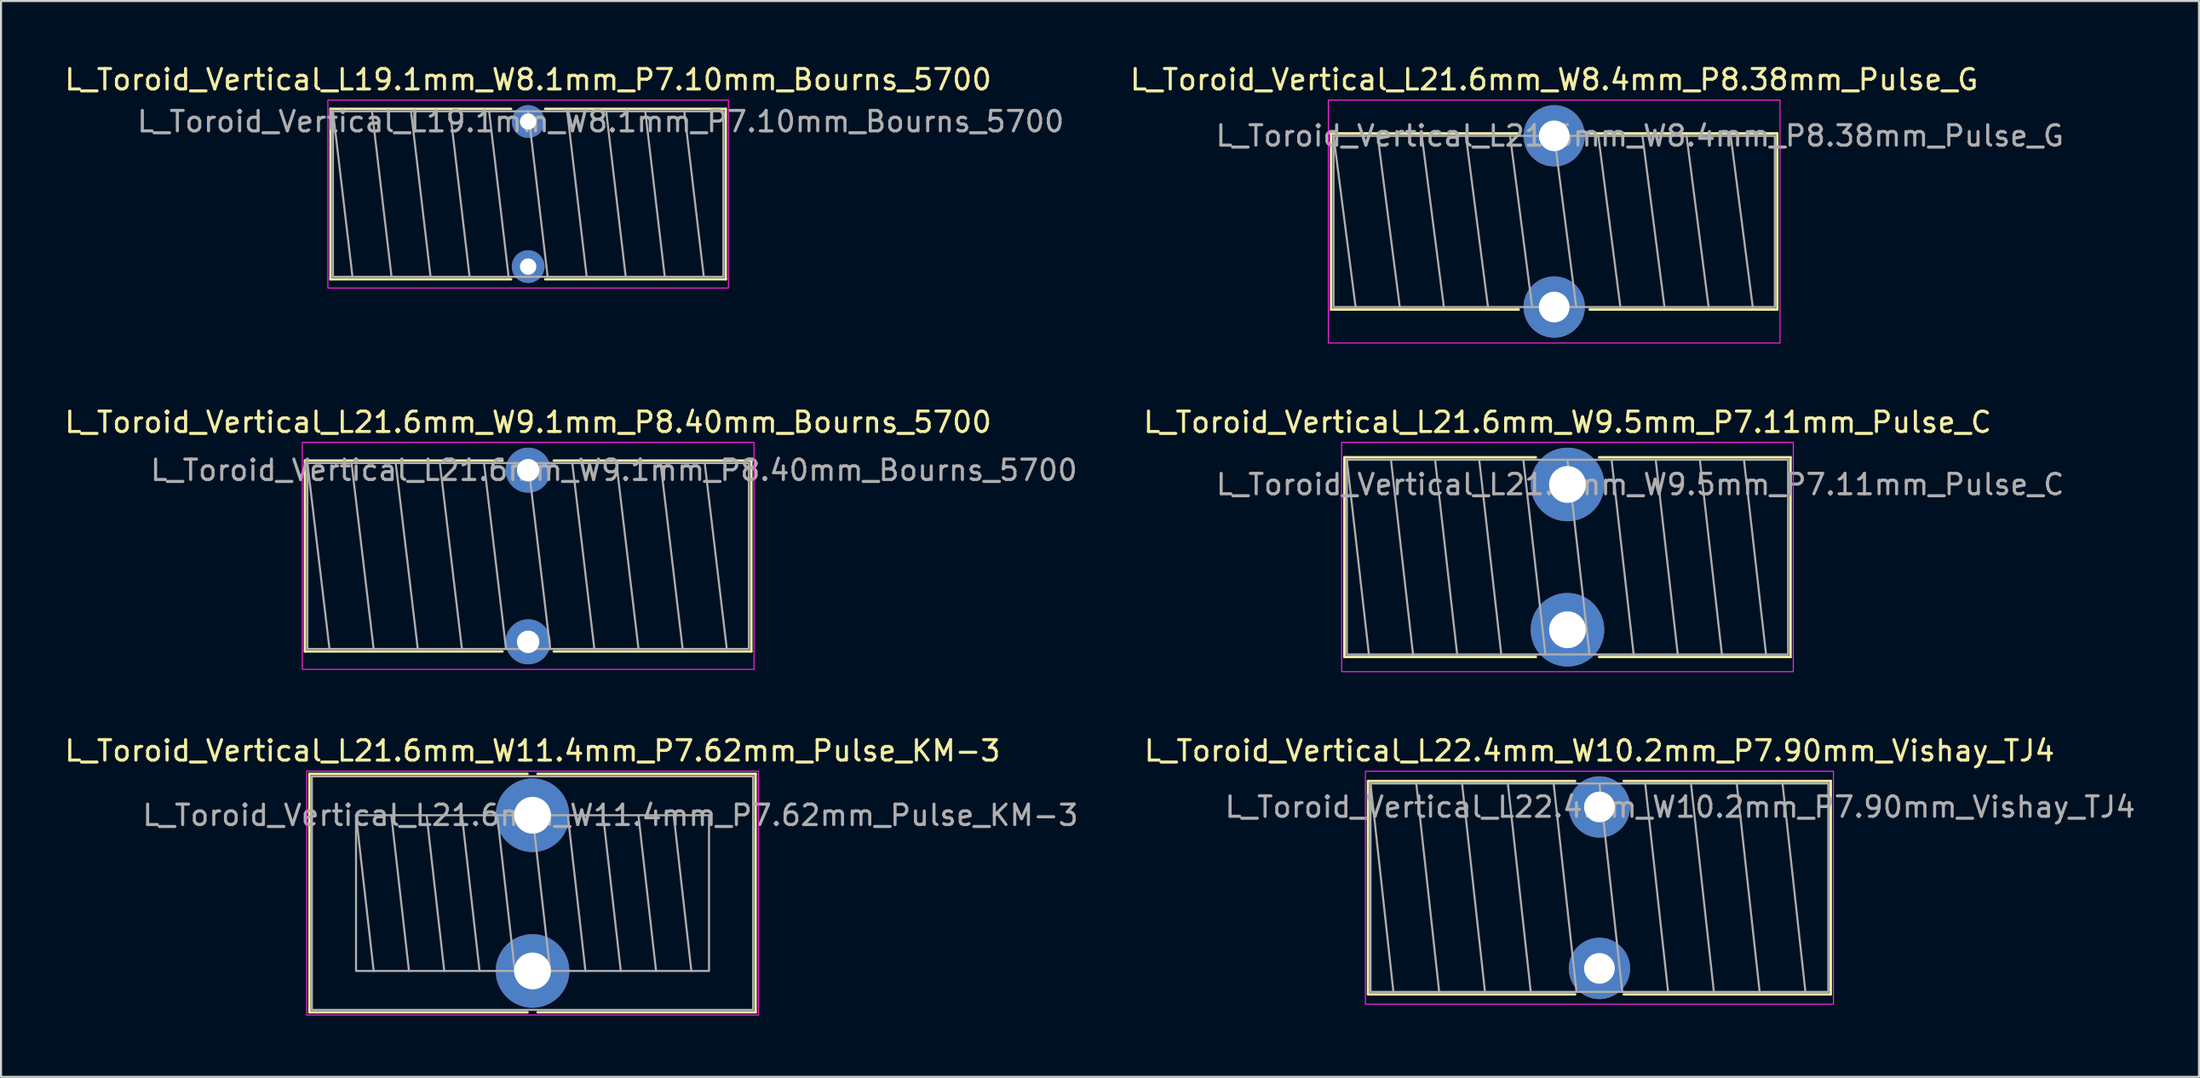
<source format=kicad_pcb>
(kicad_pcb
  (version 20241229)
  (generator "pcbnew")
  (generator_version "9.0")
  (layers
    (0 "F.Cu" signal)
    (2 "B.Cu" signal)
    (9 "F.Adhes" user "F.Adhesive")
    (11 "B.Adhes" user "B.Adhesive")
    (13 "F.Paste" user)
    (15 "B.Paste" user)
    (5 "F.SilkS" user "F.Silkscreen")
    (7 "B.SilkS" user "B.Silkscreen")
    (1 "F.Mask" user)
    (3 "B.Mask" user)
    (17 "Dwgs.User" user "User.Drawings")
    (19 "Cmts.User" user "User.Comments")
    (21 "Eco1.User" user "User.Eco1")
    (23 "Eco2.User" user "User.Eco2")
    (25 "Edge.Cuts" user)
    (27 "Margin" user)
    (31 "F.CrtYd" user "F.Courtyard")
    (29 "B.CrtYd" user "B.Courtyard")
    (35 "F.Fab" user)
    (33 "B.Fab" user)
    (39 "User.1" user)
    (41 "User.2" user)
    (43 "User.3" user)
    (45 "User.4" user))
  (footprint "L_Toroid_Vertical_L21.6mm_W11.4mm_P7.62mm_Pulse_KM-3"
    (layer "F.Cu")
    (at 23.006 36.85)
    (property "Reference" "L_Toroid_Vertical_L21.6mm_W11.4mm_P7.62mm_Pulse_KM-3" (at 0 -3.155 0) (layer "F.SilkS") (effects (font (size 1 1) (thickness 0.15))))
    (attr through_hole)
    (fp_line (start -10.915 -2.025) (end -10.915 9.645) (stroke (width 0.12) (type solid)) (layer "F.SilkS"))
    (fp_line (start -10.915 -2.025) (end -0.247 -2.025) (stroke (width 0.12) (type solid)) (layer "F.SilkS"))
    (fp_line (start -10.915 9.645) (end -0.247 9.645) (stroke (width 0.12) (type solid)) (layer "F.SilkS"))
    (fp_line (start 0.247 -2.025) (end 10.915 -2.025) (stroke (width 0.12) (type solid)) (layer "F.SilkS"))
    (fp_line (start 0.247 9.645) (end 10.915 9.645) (stroke (width 0.12) (type solid)) (layer "F.SilkS"))
    (fp_line (start 10.915 -2.025) (end 10.915 9.645) (stroke (width 0.12) (type solid)) (layer "F.SilkS"))
    (fp_rect (start -11.05 -2.16) (end 11.05 9.78) (stroke (width 0.05) (type solid)) (fill no) (layer "F.CrtYd"))
    (fp_line (start -8.636 0) (end -7.772 7.62) (stroke (width 0.1) (type solid)) (layer "F.Fab"))
    (fp_line (start -6.909 0) (end -6.045 7.62) (stroke (width 0.1) (type solid)) (layer "F.Fab"))
    (fp_line (start -5.182 0) (end -4.318 7.62) (stroke (width 0.1) (type solid)) (layer "F.Fab"))
    (fp_line (start -3.454 0) (end -2.591 7.62) (stroke (width 0.1) (type solid)) (layer "F.Fab"))
    (fp_line (start -1.727 0) (end -0.864 7.62) (stroke (width 0.1) (type solid)) (layer "F.Fab"))
    (fp_line (start 0 0) (end 0.864 7.62) (stroke (width 0.1) (type solid)) (layer "F.Fab"))
    (fp_line (start 1.727 0) (end 2.591 7.62) (stroke (width 0.1) (type solid)) (layer "F.Fab"))
    (fp_line (start 3.454 0) (end 4.318 7.62) (stroke (width 0.1) (type solid)) (layer "F.Fab"))
    (fp_line (start 5.182 0) (end 6.045 7.62) (stroke (width 0.1) (type solid)) (layer "F.Fab"))
    (fp_line (start 6.909 0) (end 7.772 7.62) (stroke (width 0.1) (type solid)) (layer "F.Fab"))
    (fp_rect (start -10.795 -1.905) (end 10.795 9.525) (stroke (width 0.1) (type solid)) (fill no) (layer "F.Fab"))
    (fp_rect (start -8.636 0) (end 8.636 7.62) (stroke (width 0.1) (type solid)) (fill no) (layer "F.Fab"))
    (fp_text user "${REFERENCE}" (at 3.81 0 0) (layer "F.Fab") (effects (font (size 1 1) (thickness 0.15))))
    (pad "1" thru_hole circle (at 0 0) (size 3.6 3.6) (drill 1.8) (layers "*.Cu" "*.Mask"))
    (pad "2" thru_hole circle (at 0 7.62) (size 3.6 3.6) (drill 1.8) (layers "*.Cu" "*.Mask")))
  (footprint "L_Toroid_Vertical_L21.6mm_W8.4mm_P8.38mm_Pulse_G"
    (layer "F.Cu")
    (at 72.996 3.598)
    (property "Reference" "L_Toroid_Vertical_L21.6mm_W8.4mm_P8.38mm_Pulse_G" (at 0 -2.75 0) (layer "F.SilkS") (effects (font (size 1 1) (thickness 0.15))))
    (attr through_hole)
    (fp_line (start -10.915 -0.12) (end -10.915 8.5) (stroke (width 0.12) (type solid)) (layer "F.SilkS"))
    (fp_line (start -10.915 -0.12) (end -1.736 -0.12) (stroke (width 0.12) (type solid)) (layer "F.SilkS"))
    (fp_line (start -10.915 8.5) (end -1.736 8.5) (stroke (width 0.12) (type solid)) (layer "F.SilkS"))
    (fp_line (start 1.736 -0.12) (end 10.915 -0.12) (stroke (width 0.12) (type solid)) (layer "F.SilkS"))
    (fp_line (start 1.736 8.5) (end 10.915 8.5) (stroke (width 0.12) (type solid)) (layer "F.SilkS"))
    (fp_line (start 10.915 -0.12) (end 10.915 8.5) (stroke (width 0.12) (type solid)) (layer "F.SilkS"))
    (fp_rect (start -11.05 -1.75) (end 11.05 10.14) (stroke (width 0.05) (type solid)) (fill no) (layer "F.CrtYd"))
    (fp_line (start -10.795 0) (end -9.716 8.38) (stroke (width 0.1) (type solid)) (layer "F.Fab"))
    (fp_line (start -8.636 0) (end -7.556 8.38) (stroke (width 0.1) (type solid)) (layer "F.Fab"))
    (fp_line (start -6.477 0) (end -5.397 8.38) (stroke (width 0.1) (type solid)) (layer "F.Fab"))
    (fp_line (start -4.318 0) (end -3.239 8.38) (stroke (width 0.1) (type solid)) (layer "F.Fab"))
    (fp_line (start -2.159 0) (end -1.079 8.38) (stroke (width 0.1) (type solid)) (layer "F.Fab"))
    (fp_line (start 0 0) (end 1.079 8.38) (stroke (width 0.1) (type solid)) (layer "F.Fab"))
    (fp_line (start 2.159 0) (end 3.239 8.38) (stroke (width 0.1) (type solid)) (layer "F.Fab"))
    (fp_line (start 4.318 0) (end 5.397 8.38) (stroke (width 0.1) (type solid)) (layer "F.Fab"))
    (fp_line (start 6.477 0) (end 7.556 8.38) (stroke (width 0.1) (type solid)) (layer "F.Fab"))
    (fp_line (start 8.636 0) (end 9.716 8.38) (stroke (width 0.1) (type solid)) (layer "F.Fab"))
    (fp_rect (start -10.795 0) (end 10.795 8.38) (stroke (width 0.1) (type solid)) (fill no) (layer "F.Fab"))
    (fp_text user "${REFERENCE}" (at 4.19 0 0) (layer "F.Fab") (effects (font (size 1 1) (thickness 0.15))))
    (pad "1" thru_hole circle (at 0 0) (size 3 3) (drill 1.5) (layers "*.Cu" "*.Mask"))
    (pad "2" thru_hole circle (at 0 8.38) (size 3 3) (drill 1.5) (layers "*.Cu" "*.Mask")))
  (footprint "L_Toroid_Vertical_L21.6mm_W9.1mm_P8.40mm_Bourns_5700"
    (layer "F.Cu")
    (at 22.792 19.962)
    (property "Reference" "L_Toroid_Vertical_L21.6mm_W9.1mm_P8.40mm_Bourns_5700" (at 0 -2.35 0) (layer "F.SilkS") (effects (font (size 1 1) (thickness 0.15))))
    (attr through_hole)
    (fp_line (start -10.92 -0.47) (end -10.92 8.87) (stroke (width 0.12) (type solid)) (layer "F.SilkS"))
    (fp_line (start -10.92 -0.47) (end -1.255 -0.47) (stroke (width 0.12) (type solid)) (layer "F.SilkS"))
    (fp_line (start -10.92 8.87) (end -1.255 8.87) (stroke (width 0.12) (type solid)) (layer "F.SilkS"))
    (fp_line (start 1.255 -0.47) (end 10.92 -0.47) (stroke (width 0.12) (type solid)) (layer "F.SilkS"))
    (fp_line (start 1.255 8.87) (end 10.92 8.87) (stroke (width 0.12) (type solid)) (layer "F.SilkS"))
    (fp_line (start 10.92 -0.47) (end 10.92 8.87) (stroke (width 0.12) (type solid)) (layer "F.SilkS"))
    (fp_rect (start -11.05 -1.36) (end 11.05 9.75) (stroke (width 0.05) (type solid)) (fill no) (layer "F.CrtYd"))
    (fp_line (start -10.8 -0.35) (end -9.72 8.75) (stroke (width 0.1) (type solid)) (layer "F.Fab"))
    (fp_line (start -8.64 -0.35) (end -7.56 8.75) (stroke (width 0.1) (type solid)) (layer "F.Fab"))
    (fp_line (start -6.48 -0.35) (end -5.4 8.75) (stroke (width 0.1) (type solid)) (layer "F.Fab"))
    (fp_line (start -4.32 -0.35) (end -3.24 8.75) (stroke (width 0.1) (type solid)) (layer "F.Fab"))
    (fp_line (start -2.16 -0.35) (end -1.08 8.75) (stroke (width 0.1) (type solid)) (layer "F.Fab"))
    (fp_line (start 0 -0.35) (end 1.08 8.75) (stroke (width 0.1) (type solid)) (layer "F.Fab"))
    (fp_line (start 2.16 -0.35) (end 3.24 8.75) (stroke (width 0.1) (type solid)) (layer "F.Fab"))
    (fp_line (start 4.32 -0.35) (end 5.4 8.75) (stroke (width 0.1) (type solid)) (layer "F.Fab"))
    (fp_line (start 6.48 -0.35) (end 7.56 8.75) (stroke (width 0.1) (type solid)) (layer "F.Fab"))
    (fp_line (start 8.64 -0.35) (end 9.72 8.75) (stroke (width 0.1) (type solid)) (layer "F.Fab"))
    (fp_rect (start -10.8 -0.35) (end 10.8 8.75) (stroke (width 0.1) (type solid)) (fill no) (layer "F.Fab"))
    (fp_text user "${REFERENCE}" (at 4.2 0 0) (layer "F.Fab") (effects (font (size 1 1) (thickness 0.15))))
    (pad "1" thru_hole circle (at 0 0) (size 2.2 2.2) (drill 1.1) (layers "*.Cu" "*.Mask"))
    (pad "2" thru_hole circle (at 0 8.4) (size 2.2 2.2) (drill 1.1) (layers "*.Cu" "*.Mask")))
  (footprint "L_Toroid_Vertical_L22.4mm_W10.2mm_P7.90mm_Vishay_TJ4"
    (layer "F.Cu")
    (at 75.209 36.445)
    (property "Reference" "L_Toroid_Vertical_L22.4mm_W10.2mm_P7.90mm_Vishay_TJ4" (at 0 -2.75 0) (layer "F.SilkS") (effects (font (size 1 1) (thickness 0.15))))
    (attr through_hole)
    (fp_line (start -11.32 -1.27) (end -11.32 9.17) (stroke (width 0.12) (type solid)) (layer "F.SilkS"))
    (fp_line (start -11.32 -1.27) (end -1.189 -1.27) (stroke (width 0.12) (type solid)) (layer "F.SilkS"))
    (fp_line (start -11.32 9.17) (end -1.189 9.17) (stroke (width 0.12) (type solid)) (layer "F.SilkS"))
    (fp_line (start 1.189 -1.27) (end 11.32 -1.27) (stroke (width 0.12) (type solid)) (layer "F.SilkS"))
    (fp_line (start 1.189 9.17) (end 11.32 9.17) (stroke (width 0.12) (type solid)) (layer "F.SilkS"))
    (fp_line (start 11.32 -1.27) (end 11.32 9.17) (stroke (width 0.12) (type solid)) (layer "F.SilkS"))
    (fp_rect (start -11.45 -1.75) (end 11.45 9.65) (stroke (width 0.05) (type solid)) (fill no) (layer "F.CrtYd"))
    (fp_line (start -11.2 -1.15) (end -10.08 9.05) (stroke (width 0.1) (type solid)) (layer "F.Fab"))
    (fp_line (start -8.96 -1.15) (end -7.84 9.05) (stroke (width 0.1) (type solid)) (layer "F.Fab"))
    (fp_line (start -6.72 -1.15) (end -5.6 9.05) (stroke (width 0.1) (type solid)) (layer "F.Fab"))
    (fp_line (start -4.48 -1.15) (end -3.36 9.05) (stroke (width 0.1) (type solid)) (layer "F.Fab"))
    (fp_line (start -2.24 -1.15) (end -1.12 9.05) (stroke (width 0.1) (type solid)) (layer "F.Fab"))
    (fp_line (start 0 -1.15) (end 1.12 9.05) (stroke (width 0.1) (type solid)) (layer "F.Fab"))
    (fp_line (start 2.24 -1.15) (end 3.36 9.05) (stroke (width 0.1) (type solid)) (layer "F.Fab"))
    (fp_line (start 4.48 -1.15) (end 5.6 9.05) (stroke (width 0.1) (type solid)) (layer "F.Fab"))
    (fp_line (start 6.72 -1.15) (end 7.84 9.05) (stroke (width 0.1) (type solid)) (layer "F.Fab"))
    (fp_line (start 8.96 -1.15) (end 10.08 9.05) (stroke (width 0.1) (type solid)) (layer "F.Fab"))
    (fp_rect (start -11.2 -1.15) (end 11.2 9.05) (stroke (width 0.1) (type solid)) (fill no) (layer "F.Fab"))
    (fp_text user "${REFERENCE}" (at 3.95 0 0) (layer "F.Fab") (effects (font (size 1 1) (thickness 0.15))))
    (pad "1" thru_hole circle (at 0 0) (size 3 3) (drill 1.5) (layers "*.Cu" "*.Mask"))
    (pad "2" thru_hole circle (at 0 7.9) (size 3 3) (drill 1.5) (layers "*.Cu" "*.Mask")))
  (footprint "L_Toroid_Vertical_L21.6mm_W9.5mm_P7.11mm_Pulse_C"
    (layer "F.Cu")
    (at 73.646 20.662)
    (property "Reference" "L_Toroid_Vertical_L21.6mm_W9.5mm_P7.11mm_Pulse_C" (at 0 -3.05 0) (layer "F.SilkS") (effects (font (size 1 1) (thickness 0.15))))
    (attr through_hole)
    (fp_line (start -10.915 -1.33) (end -10.915 8.44) (stroke (width 0.12) (type solid)) (layer "F.SilkS"))
    (fp_line (start -10.915 -1.33) (end -1.547 -1.33) (stroke (width 0.12) (type solid)) (layer "F.SilkS"))
    (fp_line (start -10.915 8.44) (end -1.547 8.44) (stroke (width 0.12) (type solid)) (layer "F.SilkS"))
    (fp_line (start 1.547 -1.33) (end 10.915 -1.33) (stroke (width 0.12) (type solid)) (layer "F.SilkS"))
    (fp_line (start 1.547 8.44) (end 10.915 8.44) (stroke (width 0.12) (type solid)) (layer "F.SilkS"))
    (fp_line (start 10.915 -1.33) (end 10.915 8.44) (stroke (width 0.12) (type solid)) (layer "F.SilkS"))
    (fp_rect (start -11.05 -2.06) (end 11.05 9.16) (stroke (width 0.05) (type solid)) (fill no) (layer "F.CrtYd"))
    (fp_line (start -10.795 -1.21) (end -9.716 8.32) (stroke (width 0.1) (type solid)) (layer "F.Fab"))
    (fp_line (start -8.636 -1.21) (end -7.556 8.32) (stroke (width 0.1) (type solid)) (layer "F.Fab"))
    (fp_line (start -6.477 -1.21) (end -5.397 8.32) (stroke (width 0.1) (type solid)) (layer "F.Fab"))
    (fp_line (start -4.318 -1.21) (end -3.239 8.32) (stroke (width 0.1) (type solid)) (layer "F.Fab"))
    (fp_line (start -2.159 -1.21) (end -1.079 8.32) (stroke (width 0.1) (type solid)) (layer "F.Fab"))
    (fp_line (start 0 -1.21) (end 1.079 8.32) (stroke (width 0.1) (type solid)) (layer "F.Fab"))
    (fp_line (start 2.159 -1.21) (end 3.239 8.32) (stroke (width 0.1) (type solid)) (layer "F.Fab"))
    (fp_line (start 4.318 -1.21) (end 5.397 8.32) (stroke (width 0.1) (type solid)) (layer "F.Fab"))
    (fp_line (start 6.477 -1.21) (end 7.556 8.32) (stroke (width 0.1) (type solid)) (layer "F.Fab"))
    (fp_line (start 8.636 -1.21) (end 9.716 8.32) (stroke (width 0.1) (type solid)) (layer "F.Fab"))
    (fp_rect (start -10.795 -1.21) (end 10.795 8.32) (stroke (width 0.1) (type solid)) (fill no) (layer "F.Fab"))
    (fp_text user "${REFERENCE}" (at 3.555 0 0) (layer "F.Fab") (effects (font (size 1 1) (thickness 0.15))))
    (pad "1" thru_hole circle (at 0 0) (size 3.6 3.6) (drill 1.8) (layers "*.Cu" "*.Mask"))
    (pad "2" thru_hole circle (at 0 7.11) (size 3.6 3.6) (drill 1.8) (layers "*.Cu" "*.Mask")))
  (footprint "L_Toroid_Vertical_L19.1mm_W8.1mm_P7.10mm_Bourns_5700"
    (layer "F.Cu")
    (at 22.792 2.898)
    (property "Reference" "L_Toroid_Vertical_L19.1mm_W8.1mm_P7.10mm_Bourns_5700" (at 0 -2.05 0) (layer "F.SilkS") (effects (font (size 1 1) (thickness 0.15))))
    (attr through_hole)
    (fp_line (start -9.67 -0.62) (end -9.67 7.72) (stroke (width 0.12) (type solid)) (layer "F.SilkS"))
    (fp_line (start -9.67 -0.62) (end -0.835 -0.62) (stroke (width 0.12) (type solid)) (layer "F.SilkS"))
    (fp_line (start -9.67 7.72) (end -0.835 7.72) (stroke (width 0.12) (type solid)) (layer "F.SilkS"))
    (fp_line (start 0.835 -0.62) (end 9.67 -0.62) (stroke (width 0.12) (type solid)) (layer "F.SilkS"))
    (fp_line (start 0.835 7.72) (end 9.67 7.72) (stroke (width 0.12) (type solid)) (layer "F.SilkS"))
    (fp_line (start 9.67 -0.62) (end 9.67 7.72) (stroke (width 0.12) (type solid)) (layer "F.SilkS"))
    (fp_rect (start -9.8 -1.05) (end 9.8 8.15) (stroke (width 0.05) (type solid)) (fill no) (layer "F.CrtYd"))
    (fp_line (start -9.55 -0.5) (end -8.595 7.6) (stroke (width 0.1) (type solid)) (layer "F.Fab"))
    (fp_line (start -7.64 -0.5) (end -6.685 7.6) (stroke (width 0.1) (type solid)) (layer "F.Fab"))
    (fp_line (start -5.73 -0.5) (end -4.775 7.6) (stroke (width 0.1) (type solid)) (layer "F.Fab"))
    (fp_line (start -3.82 -0.5) (end -2.865 7.6) (stroke (width 0.1) (type solid)) (layer "F.Fab"))
    (fp_line (start -1.91 -0.5) (end -0.955 7.6) (stroke (width 0.1) (type solid)) (layer "F.Fab"))
    (fp_line (start 0 -0.5) (end 0.955 7.6) (stroke (width 0.1) (type solid)) (layer "F.Fab"))
    (fp_line (start 1.91 -0.5) (end 2.865 7.6) (stroke (width 0.1) (type solid)) (layer "F.Fab"))
    (fp_line (start 3.82 -0.5) (end 4.775 7.6) (stroke (width 0.1) (type solid)) (layer "F.Fab"))
    (fp_line (start 5.73 -0.5) (end 6.685 7.6) (stroke (width 0.1) (type solid)) (layer "F.Fab"))
    (fp_line (start 7.64 -0.5) (end 8.595 7.6) (stroke (width 0.1) (type solid)) (layer "F.Fab"))
    (fp_rect (start -9.55 -0.5) (end 9.55 7.6) (stroke (width 0.1) (type solid)) (fill no) (layer "F.Fab"))
    (fp_text user "${REFERENCE}" (at 3.55 0 0) (layer "F.Fab") (effects (font (size 1 1) (thickness 0.15))))
    (pad "1" thru_hole circle (at 0 0) (size 1.6 1.6) (drill 0.8) (layers "*.Cu" "*.Mask"))
    (pad "2" thru_hole circle (at 0 7.1) (size 1.6 1.6) (drill 0.8) (layers "*.Cu" "*.Mask")))
  (gr_rect
    (start -3 -3)
    (end 104.546 49.655)
    (stroke (width 0.1) (type default))
    (fill no)
    (layer "Edge.Cuts")))
</source>
